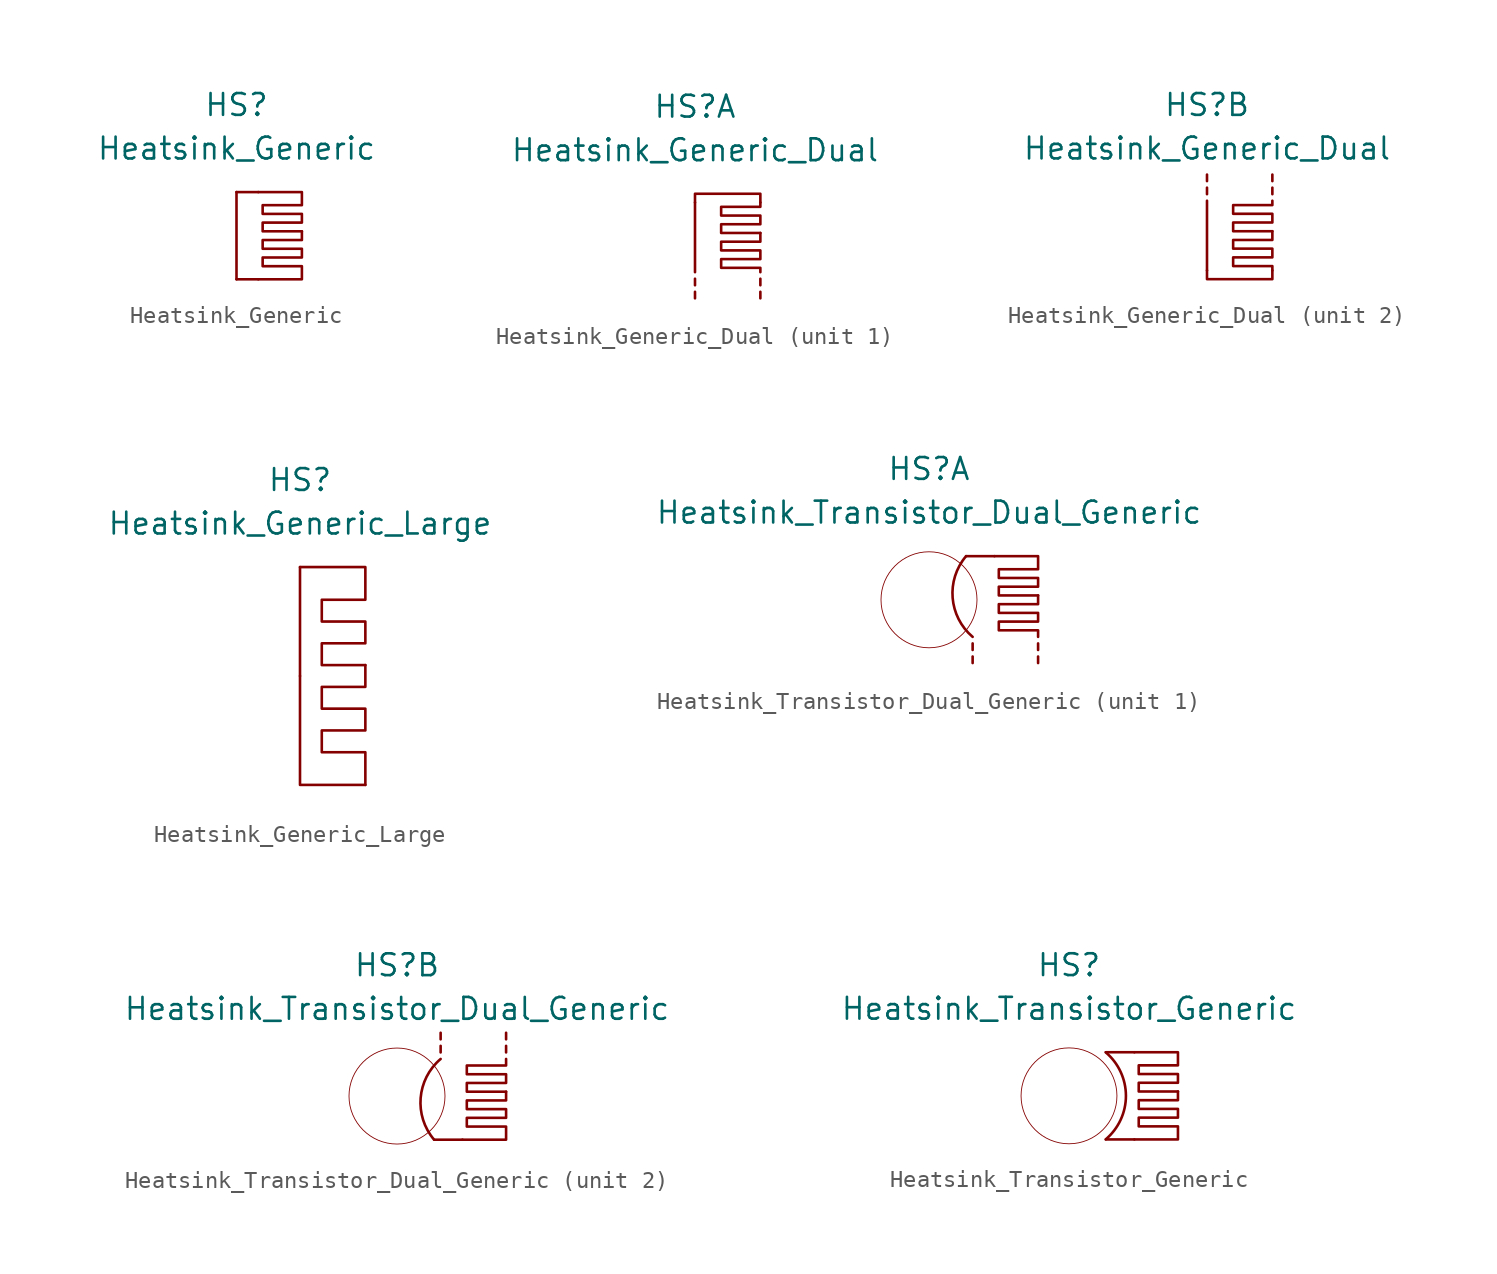
<source format=kicad_sym>
(kicad_symbol_lib
  (version 20211014)
  (generator kicad_symbol_editor)
  (symbol "Heatsink_Generic"
    (property "Reference" "HS"
      (at 0 7.62 0)
      (effects (font (size 1.27 1.27))))
    (property "Value" "Heatsink_Generic"
      (at 0 5.08 0)
      (effects (font (size 1.27 1.27))))
    (symbol "Heatsink_Generic_0_1"
      (polyline (pts (xy 0 -2.54) (xy 1.27 -2.54)) (stroke (width 0.152) (type default) (color 0 0 0 0)) (fill (type none)))
      (polyline (pts (xy 0 2.54) (xy 0 -2.54)) (stroke (width 0.152) (type default) (color 0 0 0 0)) (fill (type none)))
      (polyline (pts (xy 0 2.54) (xy 1.27 2.54)) (stroke (width 0.152) (type default) (color 0 0 0 0)) (fill (type none)))
      (polyline (pts (xy 3.81 0.254) (xy 1.524 0.254) (xy 1.524 0.762) (xy 3.81 0.762) (xy 3.81 1.27) (xy 1.524 1.27) (xy 1.524 1.778) (xy 3.81 1.778) (xy 3.81 2.286) (xy 3.81 2.54) (xy 1.27 2.54)) (stroke (width 0.152) (type default) (color 0 0 0 0)) (fill (type none)))
      (polyline (pts (xy 3.81 0.254) (xy 3.81 -0.254) (xy 1.524 -0.254) (xy 1.524 -0.762) (xy 3.81 -0.762) (xy 3.81 -1.27) (xy 1.524 -1.27) (xy 1.524 -1.778) (xy 3.81 -1.778) (xy 3.81 -2.54) (xy 1.27 -2.54)) (stroke (width 0.152) (type default) (color 0 0 0 0)) (fill (type none)))))
  (symbol "Heatsink_Generic_Dual"
    (property "Reference" "HS"
      (at 0 7.62 0)
      (effects (font (size 1.27 1.27))))
    (property "Value" "Heatsink_Generic_Dual"
      (at 0 5.08 0)
      (effects (font (size 1.27 1.27))))
    (property "ki_locked" ""
      (at 0 0 0)
      (effects (font (size 1.27 1.27))))
    (symbol "Heatsink_Generic_Dual_0_1"
      (polyline (pts (xy 0 2.032) (xy 0 -2.032)) (stroke (width 0.152) (type default) (color 0 0 0 0)) (fill (type none)))
      (polyline (pts (xy 3.81 0.254) (xy 1.524 0.254) (xy 1.524 0.762) (xy 3.81 0.762) (xy 3.81 1.27) (xy 1.524 1.27) (xy 1.524 1.778) (xy 3.81 1.778) (xy 3.81 1.88) (xy 3.81 1.93) (xy 3.81 2.032)) (stroke (width 0.152) (type default) (color 0 0 0 0)) (fill (type none)))
      (polyline (pts (xy 3.81 0.254) (xy 3.81 -0.254) (xy 1.524 -0.254) (xy 1.524 -0.762) (xy 3.81 -0.762) (xy 3.81 -1.27) (xy 1.524 -1.27) (xy 1.524 -1.778) (xy 3.81 -1.778) (xy 3.81 -1.905) (xy 3.81 -2.032)) (stroke (width 0.152) (type default) (color 0 0 0 0)) (fill (type none))))
    (symbol "Heatsink_Generic_Dual_1_1"
      (polyline (pts (xy 0 -3.175) (xy 0 -3.556)) (stroke (width 0.152) (type default) (color 0 0 0 0)) (fill (type none)))
      (polyline (pts (xy 0 -2.413) (xy 0 -2.794)) (stroke (width 0.152) (type default) (color 0 0 0 0)) (fill (type none)))
      (polyline (pts (xy 3.81 -3.175) (xy 3.81 -3.556)) (stroke (width 0.152) (type default) (color 0 0 0 0)) (fill (type none)))
      (polyline (pts (xy 3.81 -2.413) (xy 3.81 -2.794)) (stroke (width 0.152) (type default) (color 0 0 0 0)) (fill (type none)))
      (polyline (pts (xy 3.81 2.032) (xy 3.81 2.54) (xy 0 2.54) (xy 0 2.032)) (stroke (width 0.152) (type default) (color 0 0 0 0)) (fill (type none))))
    (symbol "Heatsink_Generic_Dual_2_1"
      (polyline (pts (xy 0 2.794) (xy 0 2.413)) (stroke (width 0.152) (type default) (color 0 0 0 0)) (fill (type none)))
      (polyline (pts (xy 0 3.556) (xy 0 3.175)) (stroke (width 0.152) (type default) (color 0 0 0 0)) (fill (type none)))
      (polyline (pts (xy 3.81 2.794) (xy 3.81 2.413)) (stroke (width 0.152) (type default) (color 0 0 0 0)) (fill (type none)))
      (polyline (pts (xy 3.81 3.556) (xy 3.81 3.175)) (stroke (width 0.152) (type default) (color 0 0 0 0)) (fill (type none)))
      (polyline (pts (xy 3.81 -2.032) (xy 3.81 -2.54) (xy 0 -2.54) (xy 0 -2.032)) (stroke (width 0.152) (type default) (color 0 0 0 0)) (fill (type none)))))
  (symbol "Heatsink_Generic_Large"
    (property "Reference" "HS"
      (at 0 11.43 0)
      (effects (font (size 1.27 1.27))))
    (property "Value" "Heatsink_Generic_Large"
      (at 0 8.89 0)
      (effects (font (size 1.27 1.27))))
    (symbol "Heatsink_Generic_Large_0_1"
      (polyline (pts (xy 0 0) (xy 0 6.35)) (stroke (width 0.152) (type default) (color 0 0 0 0)) (fill (type none)))
      (polyline (pts (xy 0 0) (xy 0 -6.35) (xy 3.81 -6.35)) (stroke (width 0.152) (type default) (color 0 0 0 0)) (fill (type none)))
      (polyline (pts (xy 3.81 0.635) (xy 1.27 0.635) (xy 1.27 1.905) (xy 3.81 1.905) (xy 3.81 3.175) (xy 1.27 3.175) (xy 1.27 4.445) (xy 3.81 4.445) (xy 3.81 6.35) (xy 0 6.35)) (stroke (width 0.152) (type default) (color 0 0 0 0)) (fill (type none)))
      (polyline (pts (xy 3.81 0.635) (xy 3.81 -0.635) (xy 1.27 -0.635) (xy 1.27 -1.905) (xy 3.81 -1.905) (xy 3.81 -3.175) (xy 1.27 -3.175) (xy 1.27 -4.445) (xy 3.81 -4.445) (xy 3.81 -6.35)) (stroke (width 0.152) (type default) (color 0 0 0 0)) (fill (type none)))))
  (symbol "Heatsink_Transistor_Dual_Generic"
    (property "Reference" "HS"
      (at 0 7.62 0)
      (effects (font (size 1.27 1.27))))
    (property "Value" "Heatsink_Transistor_Dual_Generic"
      (at 0 5.08 0)
      (effects (font (size 1.27 1.27))))
    (property "ki_locked" ""
      (at 0 0 0)
      (effects (font (size 1.27 1.27))))
    (symbol "Heatsink_Transistor_Dual_Generic_0_1"
      (circle (center 0 0) (radius 2.794) (stroke (width 0.05) (type default) (color 0 0 0 0)) (fill (type none))))
    (symbol "Heatsink_Transistor_Dual_Generic_1_1"
      (polyline (pts (xy 2.159 2.54) (xy 3.81 2.54)) (stroke (width 0.152) (type default) (color 0 0 0 0)) (fill (type none)))
      (polyline (pts (xy 2.54 -3.683) (xy 2.54 -3.302)) (stroke (width 0.152) (type default) (color 0 0 0 0)) (fill (type none)))
      (polyline (pts (xy 2.54 -2.921) (xy 2.54 -2.54)) (stroke (width 0.152) (type default) (color 0 0 0 0)) (fill (type none)))
      (polyline (pts (xy 6.35 -3.683) (xy 6.35 -3.302)) (stroke (width 0.152) (type default) (color 0 0 0 0)) (fill (type none)))
      (polyline (pts (xy 6.35 -2.921) (xy 6.35 -2.54)) (stroke (width 0.152) (type default) (color 0 0 0 0)) (fill (type none)))
      (polyline (pts (xy 6.35 0.254) (xy 4.064 0.254) (xy 4.064 0.762) (xy 6.35 0.762) (xy 6.35 1.27) (xy 4.064 1.27) (xy 4.064 1.778) (xy 6.35 1.778) (xy 6.35 2.286) (xy 6.35 2.54) (xy 3.81 2.54)) (stroke (width 0.152) (type default) (color 0 0 0 0)) (fill (type none)))
      (polyline (pts (xy 6.35 0.254) (xy 6.35 -0.254) (xy 4.064 -0.254) (xy 4.064 -0.762) (xy 6.35 -0.762) (xy 6.35 -1.27) (xy 4.064 -1.27) (xy 4.064 -1.778) (xy 6.35 -1.778) (xy 6.35 -1.88) (xy 6.35 -2.159)) (stroke (width 0.152) (type default) (color 0 0 0 0)) (fill (type none)))
      (arc (start 2.159 2.54) (mid -3.3227 -0.2694) (end 2.54 -2.159) (stroke (width 0.1524) (type default) (color 0 0 0 0)) (fill (type none))))
    (symbol "Heatsink_Transistor_Dual_Generic_2_1"
      (polyline (pts (xy 2.159 -2.54) (xy 3.81 -2.54)) (stroke (width 0.152) (type default) (color 0 0 0 0)) (fill (type none)))
      (polyline (pts (xy 2.54 2.921) (xy 2.54 2.54)) (stroke (width 0.152) (type default) (color 0 0 0 0)) (fill (type none)))
      (polyline (pts (xy 2.54 3.683) (xy 2.54 3.302)) (stroke (width 0.152) (type default) (color 0 0 0 0)) (fill (type none)))
      (polyline (pts (xy 6.35 2.54) (xy 6.35 2.921)) (stroke (width 0.152) (type default) (color 0 0 0 0)) (fill (type none)))
      (polyline (pts (xy 6.35 3.302) (xy 6.35 3.683)) (stroke (width 0.152) (type default) (color 0 0 0 0)) (fill (type none)))
      (polyline (pts (xy 6.35 0.254) (xy 4.064 0.254) (xy 4.064 0.762) (xy 6.35 0.762) (xy 6.35 1.27) (xy 4.064 1.27) (xy 4.064 1.778) (xy 6.35 1.778) (xy 6.35 1.905) (xy 6.35 2.032) (xy 6.35 2.159)) (stroke (width 0.152) (type default) (color 0 0 0 0)) (fill (type none)))
      (polyline (pts (xy 6.35 0.254) (xy 6.35 -0.254) (xy 4.064 -0.254) (xy 4.064 -0.762) (xy 6.35 -0.762) (xy 6.35 -1.27) (xy 4.064 -1.27) (xy 4.064 -1.778) (xy 6.35 -1.778) (xy 6.35 -2.54) (xy 3.81 -2.54)) (stroke (width 0.152) (type default) (color 0 0 0 0)) (fill (type none)))
      (arc (start 2.54 2.159) (mid -3.3227 0.2694) (end 2.159 -2.54) (stroke (width 0.1524) (type default) (color 0 0 0 0)) (fill (type none)))))
  (symbol "Heatsink_Transistor_Generic"
    (property "Reference" "HS"
      (at 0 7.62 0)
      (effects (font (size 1.27 1.27))))
    (property "Value" "Heatsink_Transistor_Generic"
      (at 0 5.08 0)
      (effects (font (size 1.27 1.27))))
    (symbol "Heatsink_Transistor_Generic_0_1"
      (polyline (pts (xy 2.159 -2.54) (xy 3.81 -2.54)) (stroke (width 0.152) (type default) (color 0 0 0 0)) (fill (type none)))
      (polyline (pts (xy 2.159 2.54) (xy 3.81 2.54)) (stroke (width 0.152) (type default) (color 0 0 0 0)) (fill (type none)))
      (polyline (pts (xy 6.35 0.254) (xy 4.064 0.254) (xy 4.064 0.762) (xy 6.35 0.762) (xy 6.35 1.27) (xy 4.064 1.27) (xy 4.064 1.778) (xy 6.35 1.778) (xy 6.35 2.286) (xy 6.35 2.54) (xy 3.81 2.54)) (stroke (width 0.152) (type default) (color 0 0 0 0)) (fill (type none)))
      (polyline (pts (xy 6.35 0.254) (xy 6.35 -0.254) (xy 4.064 -0.254) (xy 4.064 -0.762) (xy 6.35 -0.762) (xy 6.35 -1.27) (xy 4.064 -1.27) (xy 4.064 -1.778) (xy 6.35 -1.778) (xy 6.35 -2.54) (xy 3.81 -2.54)) (stroke (width 0.152) (type default) (color 0 0 0 0)) (fill (type none)))
      (circle (center 0 0) (radius 2.794) (stroke (width 0.05) (type default) (color 0 0 0 0)) (fill (type none)))
      (arc (start 2.1344 -2.54) (mid 3.3177 0) (end 2.1344 2.54) (stroke (width 0.1524) (type default) (color 0 0 0 0)) (fill (type none))))))
</source>
